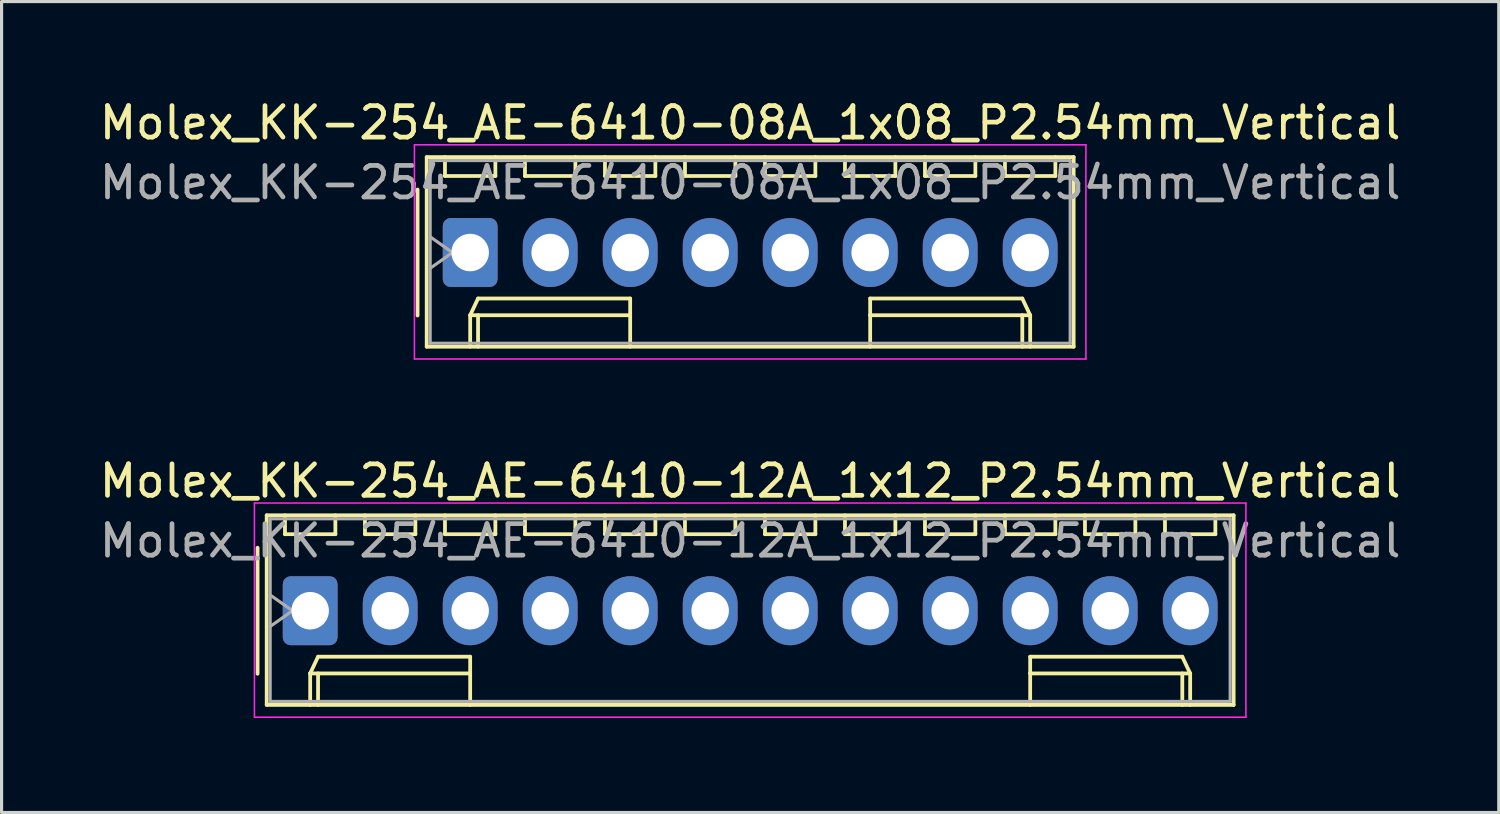
<source format=kicad_pcb>
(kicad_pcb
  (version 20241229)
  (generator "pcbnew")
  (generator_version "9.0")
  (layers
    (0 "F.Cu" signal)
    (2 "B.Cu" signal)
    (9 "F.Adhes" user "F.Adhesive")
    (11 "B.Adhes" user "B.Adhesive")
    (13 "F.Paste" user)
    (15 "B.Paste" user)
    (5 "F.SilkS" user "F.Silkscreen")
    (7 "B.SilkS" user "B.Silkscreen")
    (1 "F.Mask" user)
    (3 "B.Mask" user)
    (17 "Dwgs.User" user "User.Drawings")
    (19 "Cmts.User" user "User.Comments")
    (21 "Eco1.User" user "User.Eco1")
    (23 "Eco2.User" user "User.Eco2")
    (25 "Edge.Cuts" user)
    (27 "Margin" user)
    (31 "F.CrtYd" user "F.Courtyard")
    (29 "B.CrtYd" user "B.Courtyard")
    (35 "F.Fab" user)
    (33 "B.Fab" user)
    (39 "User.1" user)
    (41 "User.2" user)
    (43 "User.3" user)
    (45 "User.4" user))
  (footprint "Molex_KK-254_AE-6410-12A_1x12_P2.54mm_Vertical"
    (layer "F.Cu")
    (at 6.798 16.341)
    (property "Reference" "Molex_KK-254_AE-6410-12A_1x12_P2.54mm_Vertical" (at 13.97 -4.12 0) (layer "F.SilkS") (effects (font (size 1 1) (thickness 0.15))))
    (attr through_hole)
    (fp_line (start -1.67 -2) (end -1.67 2) (stroke (width 0.12) (type solid)) (layer "F.SilkS"))
    (fp_line (start -1.38 -3.03) (end -1.38 2.99) (stroke (width 0.12) (type solid)) (layer "F.SilkS"))
    (fp_line (start -1.38 2.99) (end 29.32 2.99) (stroke (width 0.12) (type solid)) (layer "F.SilkS"))
    (fp_line (start -0.8 -3.03) (end -0.8 -2.43) (stroke (width 0.12) (type solid)) (layer "F.SilkS"))
    (fp_line (start -0.8 -2.43) (end 0.8 -2.43) (stroke (width 0.12) (type solid)) (layer "F.SilkS"))
    (fp_line (start 0 1.99) (end 0.25 1.46) (stroke (width 0.12) (type solid)) (layer "F.SilkS"))
    (fp_line (start 0 1.99) (end 5.08 1.99) (stroke (width 0.12) (type solid)) (layer "F.SilkS"))
    (fp_line (start 0 2.99) (end 0 1.99) (stroke (width 0.12) (type solid)) (layer "F.SilkS"))
    (fp_line (start 0.25 1.46) (end 5.08 1.46) (stroke (width 0.12) (type solid)) (layer "F.SilkS"))
    (fp_line (start 0.25 2.99) (end 0.25 1.99) (stroke (width 0.12) (type solid)) (layer "F.SilkS"))
    (fp_line (start 0.8 -2.43) (end 0.8 -3.03) (stroke (width 0.12) (type solid)) (layer "F.SilkS"))
    (fp_line (start 1.74 -3.03) (end 1.74 -2.43) (stroke (width 0.12) (type solid)) (layer "F.SilkS"))
    (fp_line (start 1.74 -2.43) (end 3.34 -2.43) (stroke (width 0.12) (type solid)) (layer "F.SilkS"))
    (fp_line (start 3.34 -2.43) (end 3.34 -3.03) (stroke (width 0.12) (type solid)) (layer "F.SilkS"))
    (fp_line (start 4.28 -3.03) (end 4.28 -2.43) (stroke (width 0.12) (type solid)) (layer "F.SilkS"))
    (fp_line (start 4.28 -2.43) (end 5.88 -2.43) (stroke (width 0.12) (type solid)) (layer "F.SilkS"))
    (fp_line (start 5.08 1.46) (end 5.08 1.99) (stroke (width 0.12) (type solid)) (layer "F.SilkS"))
    (fp_line (start 5.08 1.99) (end 5.08 2.99) (stroke (width 0.12) (type solid)) (layer "F.SilkS"))
    (fp_line (start 5.88 -2.43) (end 5.88 -3.03) (stroke (width 0.12) (type solid)) (layer "F.SilkS"))
    (fp_line (start 6.82 -3.03) (end 6.82 -2.43) (stroke (width 0.12) (type solid)) (layer "F.SilkS"))
    (fp_line (start 6.82 -2.43) (end 8.42 -2.43) (stroke (width 0.12) (type solid)) (layer "F.SilkS"))
    (fp_line (start 8.42 -2.43) (end 8.42 -3.03) (stroke (width 0.12) (type solid)) (layer "F.SilkS"))
    (fp_line (start 9.36 -3.03) (end 9.36 -2.43) (stroke (width 0.12) (type solid)) (layer "F.SilkS"))
    (fp_line (start 9.36 -2.43) (end 10.96 -2.43) (stroke (width 0.12) (type solid)) (layer "F.SilkS"))
    (fp_line (start 10.96 -2.43) (end 10.96 -3.03) (stroke (width 0.12) (type solid)) (layer "F.SilkS"))
    (fp_line (start 11.9 -3.03) (end 11.9 -2.43) (stroke (width 0.12) (type solid)) (layer "F.SilkS"))
    (fp_line (start 11.9 -2.43) (end 13.5 -2.43) (stroke (width 0.12) (type solid)) (layer "F.SilkS"))
    (fp_line (start 13.5 -2.43) (end 13.5 -3.03) (stroke (width 0.12) (type solid)) (layer "F.SilkS"))
    (fp_line (start 14.44 -3.03) (end 14.44 -2.43) (stroke (width 0.12) (type solid)) (layer "F.SilkS"))
    (fp_line (start 14.44 -2.43) (end 16.04 -2.43) (stroke (width 0.12) (type solid)) (layer "F.SilkS"))
    (fp_line (start 16.04 -2.43) (end 16.04 -3.03) (stroke (width 0.12) (type solid)) (layer "F.SilkS"))
    (fp_line (start 16.98 -3.03) (end 16.98 -2.43) (stroke (width 0.12) (type solid)) (layer "F.SilkS"))
    (fp_line (start 16.98 -2.43) (end 18.58 -2.43) (stroke (width 0.12) (type solid)) (layer "F.SilkS"))
    (fp_line (start 18.58 -2.43) (end 18.58 -3.03) (stroke (width 0.12) (type solid)) (layer "F.SilkS"))
    (fp_line (start 19.52 -3.03) (end 19.52 -2.43) (stroke (width 0.12) (type solid)) (layer "F.SilkS"))
    (fp_line (start 19.52 -2.43) (end 21.12 -2.43) (stroke (width 0.12) (type solid)) (layer "F.SilkS"))
    (fp_line (start 21.12 -2.43) (end 21.12 -3.03) (stroke (width 0.12) (type solid)) (layer "F.SilkS"))
    (fp_line (start 22.06 -3.03) (end 22.06 -2.43) (stroke (width 0.12) (type solid)) (layer "F.SilkS"))
    (fp_line (start 22.06 -2.43) (end 23.66 -2.43) (stroke (width 0.12) (type solid)) (layer "F.SilkS"))
    (fp_line (start 22.86 1.46) (end 22.86 1.99) (stroke (width 0.12) (type solid)) (layer "F.SilkS"))
    (fp_line (start 22.86 1.99) (end 22.86 2.99) (stroke (width 0.12) (type solid)) (layer "F.SilkS"))
    (fp_line (start 23.66 -2.43) (end 23.66 -3.03) (stroke (width 0.12) (type solid)) (layer "F.SilkS"))
    (fp_line (start 24.6 -3.03) (end 24.6 -2.43) (stroke (width 0.12) (type solid)) (layer "F.SilkS"))
    (fp_line (start 24.6 -2.43) (end 26.2 -2.43) (stroke (width 0.12) (type solid)) (layer "F.SilkS"))
    (fp_line (start 26.2 -2.43) (end 26.2 -3.03) (stroke (width 0.12) (type solid)) (layer "F.SilkS"))
    (fp_line (start 27.14 -3.03) (end 27.14 -2.43) (stroke (width 0.12) (type solid)) (layer "F.SilkS"))
    (fp_line (start 27.14 -2.43) (end 28.74 -2.43) (stroke (width 0.12) (type solid)) (layer "F.SilkS"))
    (fp_line (start 27.69 1.46) (end 22.86 1.46) (stroke (width 0.12) (type solid)) (layer "F.SilkS"))
    (fp_line (start 27.69 2.99) (end 27.69 1.99) (stroke (width 0.12) (type solid)) (layer "F.SilkS"))
    (fp_line (start 27.94 1.99) (end 22.86 1.99) (stroke (width 0.12) (type solid)) (layer "F.SilkS"))
    (fp_line (start 27.94 1.99) (end 27.69 1.46) (stroke (width 0.12) (type solid)) (layer "F.SilkS"))
    (fp_line (start 27.94 2.99) (end 27.94 1.99) (stroke (width 0.12) (type solid)) (layer "F.SilkS"))
    (fp_line (start 28.74 -2.43) (end 28.74 -3.03) (stroke (width 0.12) (type solid)) (layer "F.SilkS"))
    (fp_line (start 29.32 -3.03) (end -1.38 -3.03) (stroke (width 0.12) (type solid)) (layer "F.SilkS"))
    (fp_line (start 29.32 2.99) (end 29.32 -3.03) (stroke (width 0.12) (type solid)) (layer "F.SilkS"))
    (fp_line (start -1.77 -3.42) (end -1.77 3.38) (stroke (width 0.05) (type solid)) (layer "F.CrtYd"))
    (fp_line (start -1.77 3.38) (end 29.71 3.38) (stroke (width 0.05) (type solid)) (layer "F.CrtYd"))
    (fp_line (start 29.71 -3.42) (end -1.77 -3.42) (stroke (width 0.05) (type solid)) (layer "F.CrtYd"))
    (fp_line (start 29.71 3.38) (end 29.71 -3.42) (stroke (width 0.05) (type solid)) (layer "F.CrtYd"))
    (fp_line (start -1.27 -2.92) (end -1.27 2.88) (stroke (width 0.1) (type solid)) (layer "F.Fab"))
    (fp_line (start -1.27 -0.5) (end -0.563 0) (stroke (width 0.1) (type solid)) (layer "F.Fab"))
    (fp_line (start -1.27 2.88) (end 29.21 2.88) (stroke (width 0.1) (type solid)) (layer "F.Fab"))
    (fp_line (start -0.563 0) (end -1.27 0.5) (stroke (width 0.1) (type solid)) (layer "F.Fab"))
    (fp_line (start 29.21 -2.92) (end -1.27 -2.92) (stroke (width 0.1) (type solid)) (layer "F.Fab"))
    (fp_line (start 29.21 2.88) (end 29.21 -2.92) (stroke (width 0.1) (type solid)) (layer "F.Fab"))
    (fp_text user "${REFERENCE}" (at 13.97 -2.22 0) (layer "F.Fab") (effects (font (size 1 1) (thickness 0.15))))
    (pad "1" thru_hole roundrect (at 0 0) (size 1.74 2.19) (drill 1.19) (layers "*.Cu" "*.Mask") (roundrect_rratio 0.144))
    (pad "2" thru_hole oval (at 2.54 0) (size 1.74 2.19) (drill 1.19) (layers "*.Cu" "*.Mask"))
    (pad "3" thru_hole oval (at 5.08 0) (size 1.74 2.19) (drill 1.19) (layers "*.Cu" "*.Mask"))
    (pad "4" thru_hole oval (at 7.62 0) (size 1.74 2.19) (drill 1.19) (layers "*.Cu" "*.Mask"))
    (pad "5" thru_hole oval (at 10.16 0) (size 1.74 2.19) (drill 1.19) (layers "*.Cu" "*.Mask"))
    (pad "6" thru_hole oval (at 12.7 0) (size 1.74 2.19) (drill 1.19) (layers "*.Cu" "*.Mask"))
    (pad "7" thru_hole oval (at 15.24 0) (size 1.74 2.19) (drill 1.19) (layers "*.Cu" "*.Mask"))
    (pad "8" thru_hole oval (at 17.78 0) (size 1.74 2.19) (drill 1.19) (layers "*.Cu" "*.Mask"))
    (pad "9" thru_hole oval (at 20.32 0) (size 1.74 2.19) (drill 1.19) (layers "*.Cu" "*.Mask"))
    (pad "10" thru_hole oval (at 22.86 0) (size 1.74 2.19) (drill 1.19) (layers "*.Cu" "*.Mask"))
    (pad "11" thru_hole oval (at 25.4 0) (size 1.74 2.19) (drill 1.19) (layers "*.Cu" "*.Mask"))
    (pad "12" thru_hole oval (at 27.94 0) (size 1.74 2.19) (drill 1.19) (layers "*.Cu" "*.Mask")))
  (footprint "Molex_KK-254_AE-6410-08A_1x08_P2.54mm_Vertical"
    (layer "F.Cu")
    (at 11.878 4.968)
    (property "Reference" "Molex_KK-254_AE-6410-08A_1x08_P2.54mm_Vertical" (at 8.89 -4.12 0) (layer "F.SilkS") (effects (font (size 1 1) (thickness 0.15))))
    (attr through_hole)
    (fp_line (start -1.67 -2) (end -1.67 2) (stroke (width 0.12) (type solid)) (layer "F.SilkS"))
    (fp_line (start -1.38 -3.03) (end -1.38 2.99) (stroke (width 0.12) (type solid)) (layer "F.SilkS"))
    (fp_line (start -1.38 2.99) (end 19.16 2.99) (stroke (width 0.12) (type solid)) (layer "F.SilkS"))
    (fp_line (start -0.8 -3.03) (end -0.8 -2.43) (stroke (width 0.12) (type solid)) (layer "F.SilkS"))
    (fp_line (start -0.8 -2.43) (end 0.8 -2.43) (stroke (width 0.12) (type solid)) (layer "F.SilkS"))
    (fp_line (start 0 1.99) (end 0.25 1.46) (stroke (width 0.12) (type solid)) (layer "F.SilkS"))
    (fp_line (start 0 1.99) (end 5.08 1.99) (stroke (width 0.12) (type solid)) (layer "F.SilkS"))
    (fp_line (start 0 2.99) (end 0 1.99) (stroke (width 0.12) (type solid)) (layer "F.SilkS"))
    (fp_line (start 0.25 1.46) (end 5.08 1.46) (stroke (width 0.12) (type solid)) (layer "F.SilkS"))
    (fp_line (start 0.25 2.99) (end 0.25 1.99) (stroke (width 0.12) (type solid)) (layer "F.SilkS"))
    (fp_line (start 0.8 -2.43) (end 0.8 -3.03) (stroke (width 0.12) (type solid)) (layer "F.SilkS"))
    (fp_line (start 1.74 -3.03) (end 1.74 -2.43) (stroke (width 0.12) (type solid)) (layer "F.SilkS"))
    (fp_line (start 1.74 -2.43) (end 3.34 -2.43) (stroke (width 0.12) (type solid)) (layer "F.SilkS"))
    (fp_line (start 3.34 -2.43) (end 3.34 -3.03) (stroke (width 0.12) (type solid)) (layer "F.SilkS"))
    (fp_line (start 4.28 -3.03) (end 4.28 -2.43) (stroke (width 0.12) (type solid)) (layer "F.SilkS"))
    (fp_line (start 4.28 -2.43) (end 5.88 -2.43) (stroke (width 0.12) (type solid)) (layer "F.SilkS"))
    (fp_line (start 5.08 1.46) (end 5.08 1.99) (stroke (width 0.12) (type solid)) (layer "F.SilkS"))
    (fp_line (start 5.08 1.99) (end 5.08 2.99) (stroke (width 0.12) (type solid)) (layer "F.SilkS"))
    (fp_line (start 5.88 -2.43) (end 5.88 -3.03) (stroke (width 0.12) (type solid)) (layer "F.SilkS"))
    (fp_line (start 6.82 -3.03) (end 6.82 -2.43) (stroke (width 0.12) (type solid)) (layer "F.SilkS"))
    (fp_line (start 6.82 -2.43) (end 8.42 -2.43) (stroke (width 0.12) (type solid)) (layer "F.SilkS"))
    (fp_line (start 8.42 -2.43) (end 8.42 -3.03) (stroke (width 0.12) (type solid)) (layer "F.SilkS"))
    (fp_line (start 9.36 -3.03) (end 9.36 -2.43) (stroke (width 0.12) (type solid)) (layer "F.SilkS"))
    (fp_line (start 9.36 -2.43) (end 10.96 -2.43) (stroke (width 0.12) (type solid)) (layer "F.SilkS"))
    (fp_line (start 10.96 -2.43) (end 10.96 -3.03) (stroke (width 0.12) (type solid)) (layer "F.SilkS"))
    (fp_line (start 11.9 -3.03) (end 11.9 -2.43) (stroke (width 0.12) (type solid)) (layer "F.SilkS"))
    (fp_line (start 11.9 -2.43) (end 13.5 -2.43) (stroke (width 0.12) (type solid)) (layer "F.SilkS"))
    (fp_line (start 12.7 1.46) (end 12.7 1.99) (stroke (width 0.12) (type solid)) (layer "F.SilkS"))
    (fp_line (start 12.7 1.99) (end 12.7 2.99) (stroke (width 0.12) (type solid)) (layer "F.SilkS"))
    (fp_line (start 13.5 -2.43) (end 13.5 -3.03) (stroke (width 0.12) (type solid)) (layer "F.SilkS"))
    (fp_line (start 14.44 -3.03) (end 14.44 -2.43) (stroke (width 0.12) (type solid)) (layer "F.SilkS"))
    (fp_line (start 14.44 -2.43) (end 16.04 -2.43) (stroke (width 0.12) (type solid)) (layer "F.SilkS"))
    (fp_line (start 16.04 -2.43) (end 16.04 -3.03) (stroke (width 0.12) (type solid)) (layer "F.SilkS"))
    (fp_line (start 16.98 -3.03) (end 16.98 -2.43) (stroke (width 0.12) (type solid)) (layer "F.SilkS"))
    (fp_line (start 16.98 -2.43) (end 18.58 -2.43) (stroke (width 0.12) (type solid)) (layer "F.SilkS"))
    (fp_line (start 17.53 1.46) (end 12.7 1.46) (stroke (width 0.12) (type solid)) (layer "F.SilkS"))
    (fp_line (start 17.53 2.99) (end 17.53 1.99) (stroke (width 0.12) (type solid)) (layer "F.SilkS"))
    (fp_line (start 17.78 1.99) (end 12.7 1.99) (stroke (width 0.12) (type solid)) (layer "F.SilkS"))
    (fp_line (start 17.78 1.99) (end 17.53 1.46) (stroke (width 0.12) (type solid)) (layer "F.SilkS"))
    (fp_line (start 17.78 2.99) (end 17.78 1.99) (stroke (width 0.12) (type solid)) (layer "F.SilkS"))
    (fp_line (start 18.58 -2.43) (end 18.58 -3.03) (stroke (width 0.12) (type solid)) (layer "F.SilkS"))
    (fp_line (start 19.16 -3.03) (end -1.38 -3.03) (stroke (width 0.12) (type solid)) (layer "F.SilkS"))
    (fp_line (start 19.16 2.99) (end 19.16 -3.03) (stroke (width 0.12) (type solid)) (layer "F.SilkS"))
    (fp_line (start -1.77 -3.42) (end -1.77 3.38) (stroke (width 0.05) (type solid)) (layer "F.CrtYd"))
    (fp_line (start -1.77 3.38) (end 19.55 3.38) (stroke (width 0.05) (type solid)) (layer "F.CrtYd"))
    (fp_line (start 19.55 -3.42) (end -1.77 -3.42) (stroke (width 0.05) (type solid)) (layer "F.CrtYd"))
    (fp_line (start 19.55 3.38) (end 19.55 -3.42) (stroke (width 0.05) (type solid)) (layer "F.CrtYd"))
    (fp_line (start -1.27 -2.92) (end -1.27 2.88) (stroke (width 0.1) (type solid)) (layer "F.Fab"))
    (fp_line (start -1.27 -0.5) (end -0.563 0) (stroke (width 0.1) (type solid)) (layer "F.Fab"))
    (fp_line (start -1.27 2.88) (end 19.05 2.88) (stroke (width 0.1) (type solid)) (layer "F.Fab"))
    (fp_line (start -0.563 0) (end -1.27 0.5) (stroke (width 0.1) (type solid)) (layer "F.Fab"))
    (fp_line (start 19.05 -2.92) (end -1.27 -2.92) (stroke (width 0.1) (type solid)) (layer "F.Fab"))
    (fp_line (start 19.05 2.88) (end 19.05 -2.92) (stroke (width 0.1) (type solid)) (layer "F.Fab"))
    (fp_text user "${REFERENCE}" (at 8.89 -2.22 0) (layer "F.Fab") (effects (font (size 1 1) (thickness 0.15))))
    (pad "1" thru_hole roundrect (at 0 0) (size 1.74 2.19) (drill 1.19) (layers "*.Cu" "*.Mask") (roundrect_rratio 0.144))
    (pad "2" thru_hole oval (at 2.54 0) (size 1.74 2.19) (drill 1.19) (layers "*.Cu" "*.Mask"))
    (pad "3" thru_hole oval (at 5.08 0) (size 1.74 2.19) (drill 1.19) (layers "*.Cu" "*.Mask"))
    (pad "4" thru_hole oval (at 7.62 0) (size 1.74 2.19) (drill 1.19) (layers "*.Cu" "*.Mask"))
    (pad "5" thru_hole oval (at 10.16 0) (size 1.74 2.19) (drill 1.19) (layers "*.Cu" "*.Mask"))
    (pad "6" thru_hole oval (at 12.7 0) (size 1.74 2.19) (drill 1.19) (layers "*.Cu" "*.Mask"))
    (pad "7" thru_hole oval (at 15.24 0) (size 1.74 2.19) (drill 1.19) (layers "*.Cu" "*.Mask"))
    (pad "8" thru_hole oval (at 17.78 0) (size 1.74 2.19) (drill 1.19) (layers "*.Cu" "*.Mask")))
  (gr_rect
    (start -3 -3)
    (end 44.536 22.747)
    (stroke (width 0.1) (type default))
    (fill no)
    (layer "Edge.Cuts")))
</source>
